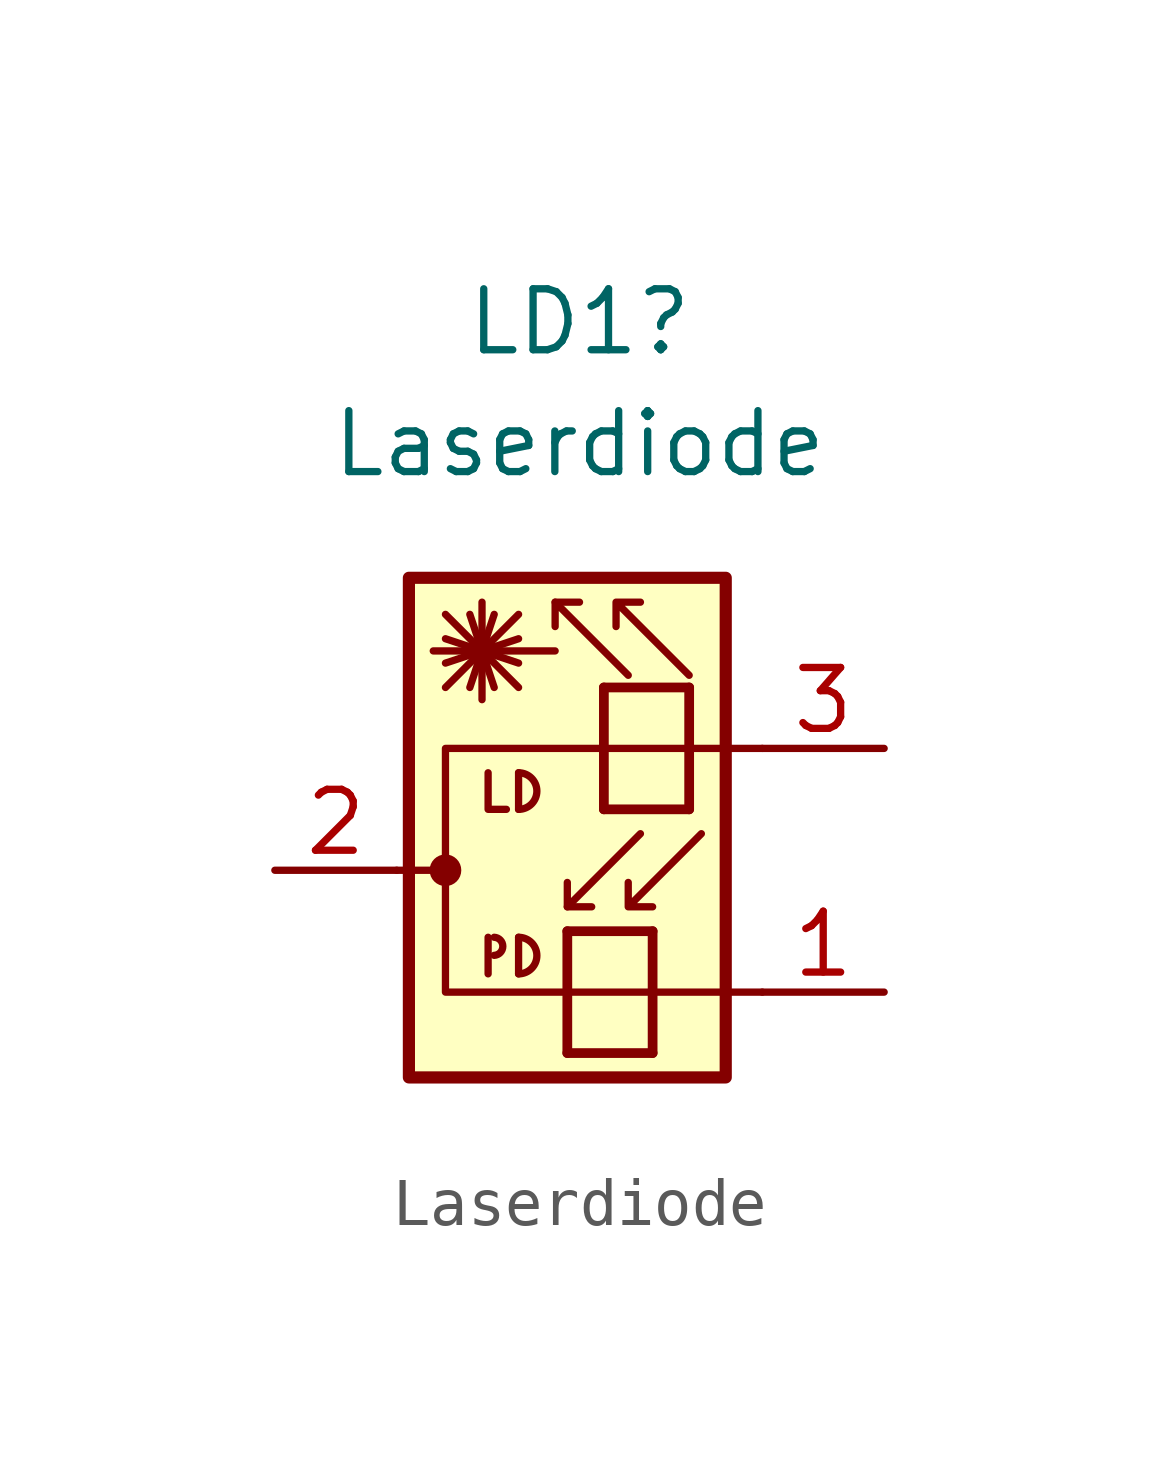
<source format=kicad_sym>
(kicad_symbol_lib
  (version 20220914)
  (generator kicad_symbol_editor)
  (symbol "Laserdiode"
    (pin_names
      (offset 1.016))
    (property "Reference" "LD1"
      (at 3.81 5.08 0)
      (effects (font (size 1.27 1.27))))
    (property "Value" "Laserdiode"
      (at 3.81 2.54 0)
      (effects (font (size 1.27 1.27))))
    (symbol "Laserdiode_1_1"
      (polyline (pts (xy 0 -6.35) (xy 1.016 -6.35)) (stroke (width 0) (type default)) (fill (type none)))
      (polyline (pts (xy 1.016 -2.54) (xy 2.54 -1.016)) (stroke (width 0) (type default)) (fill (type none)))
      (polyline (pts (xy 1.016 -2.032) (xy 2.54 -1.524)) (stroke (width 0) (type default)) (fill (type none)))
      (polyline (pts (xy 1.016 -1.524) (xy 2.54 -2.032)) (stroke (width 0) (type default)) (fill (type none)))
      (polyline (pts (xy 1.016 -1.016) (xy 2.54 -2.54)) (stroke (width 0) (type default)) (fill (type none)))
      (polyline (pts (xy 1.524 -1.016) (xy 2.032 -2.54)) (stroke (width 0) (type default)) (fill (type none)))
      (polyline (pts (xy 1.778 -1.778) (xy 1.778 -2.794)) (stroke (width 0) (type default)) (fill (type none)))
      (polyline (pts (xy 1.778 -1.778) (xy 1.778 -0.762)) (stroke (width 0) (type default)) (fill (type none)))
      (polyline (pts (xy 1.905 -7.747) (xy 1.905 -8.509)) (stroke (width 0) (type default)) (fill (type none)))
      (polyline (pts (xy 2.032 -1.016) (xy 1.524 -2.54)) (stroke (width 0) (type default)) (fill (type none)))
      (polyline (pts (xy 2.54 -7.747) (xy 2.54 -8.509)) (stroke (width 0) (type default)) (fill (type none)))
      (polyline (pts (xy 2.54 -4.318) (xy 2.54 -5.08)) (stroke (width 0) (type default)) (fill (type none)))
      (polyline (pts (xy 3.302 -1.778) (xy 0.762 -1.778)) (stroke (width 0) (type default)) (fill (type none)))
      (polyline (pts (xy 3.302 -0.762) (xy 3.81 -0.762)) (stroke (width 0) (type default)) (fill (type none)))
      (polyline (pts (xy 3.556 -10.16) (xy 5.334 -10.16)) (stroke (width 0.203) (type default)) (fill (type none)))
      (polyline (pts (xy 3.556 -7.62) (xy 3.556 -10.16)) (stroke (width 0.203) (type default)) (fill (type none)))
      (polyline (pts (xy 3.556 -7.62) (xy 5.334 -7.62)) (stroke (width 0.203) (type default)) (fill (type none)))
      (polyline (pts (xy 3.556 -7.112) (xy 4.064 -7.112)) (stroke (width 0) (type default)) (fill (type none)))
      (polyline (pts (xy 4.318 -5.08) (xy 6.096 -5.08)) (stroke (width 0.203) (type default)) (fill (type none)))
      (polyline (pts (xy 4.318 -2.54) (xy 4.318 -5.08)) (stroke (width 0.203) (type default)) (fill (type none)))
      (polyline (pts (xy 4.318 -2.54) (xy 6.096 -2.54)) (stroke (width 0.203) (type default)) (fill (type none)))
      (polyline (pts (xy 5.334 -7.62) (xy 5.334 -10.16)) (stroke (width 0.203) (type default)) (fill (type none)))
      (polyline (pts (xy 6.096 -2.54) (xy 6.096 -5.08)) (stroke (width 0.203) (type default)) (fill (type none)))
      (polyline (pts (xy 1.905 -4.318) (xy 1.905 -5.08) (xy 2.286 -5.08)) (stroke (width 0) (type default)) (fill (type none)))
      (polyline (pts (xy 4.826 -2.286) (xy 3.302 -0.762) (xy 3.302 -1.27)) (stroke (width 0) (type default)) (fill (type none)))
      (polyline (pts (xy 5.08 -5.588) (xy 3.556 -7.112) (xy 3.556 -6.604)) (stroke (width 0) (type default)) (fill (type none)))
      (polyline (pts (xy 7.62 -3.81) (xy 1.016 -3.81) (xy 1.016 -8.89) (xy 7.62 -8.89)) (stroke (width 0) (type default)) (fill (type none)))
      (polyline (pts (xy 6.096 -2.286) (xy 4.572 -0.762) (xy 4.572 -1.27) (xy 4.572 -0.762) (xy 5.08 -0.762)) (stroke (width 0) (type default)) (fill (type none)))
      (polyline (pts (xy 6.35 -5.588) (xy 4.826 -7.112) (xy 4.826 -6.604) (xy 4.826 -7.112) (xy 5.334 -7.112)) (stroke (width 0) (type default)) (fill (type none)))
      (rectangle (start 0.254 -0.254) (end 6.858 -10.668) (stroke (width 0.254) (type default)) (fill (type background)))
      (circle (center 1.016 -6.35) (radius 0.254) (stroke (width 0) (type default)) (fill (type outline)))
      (arc (start 2.032 -8.128) (mid 2.2098 -7.9502) (end 2.032 -7.747) (stroke (width 0) (type default)) (fill (type none)))
      (arc (start 2.54 -8.509) (mid 2.9194 -8.128) (end 2.54 -7.747) (stroke (width 0) (type default)) (fill (type none)))
      (arc (start 2.54 -5.08) (mid 2.9194 -4.699) (end 2.54 -4.318) (stroke (width 0) (type default)) (fill (type none)))
      (pin passive line (at 10.16 -8.89 180) (length 2.54) (name "~" (effects (font (size 1.27 1.27)))) (number "1" (effects (font (size 1.27 1.27)))))
      (pin passive line (at -2.54 -6.35 0) (length 2.54) (name "~" (effects (font (size 1.27 1.27)))) (number "2" (effects (font (size 1.27 1.27)))))
      (pin passive line (at 10.16 -3.81 180) (length 2.54) (name "~" (effects (font (size 1.27 1.27)))) (number "3" (effects (font (size 1.27 1.27))))))))
</source>
